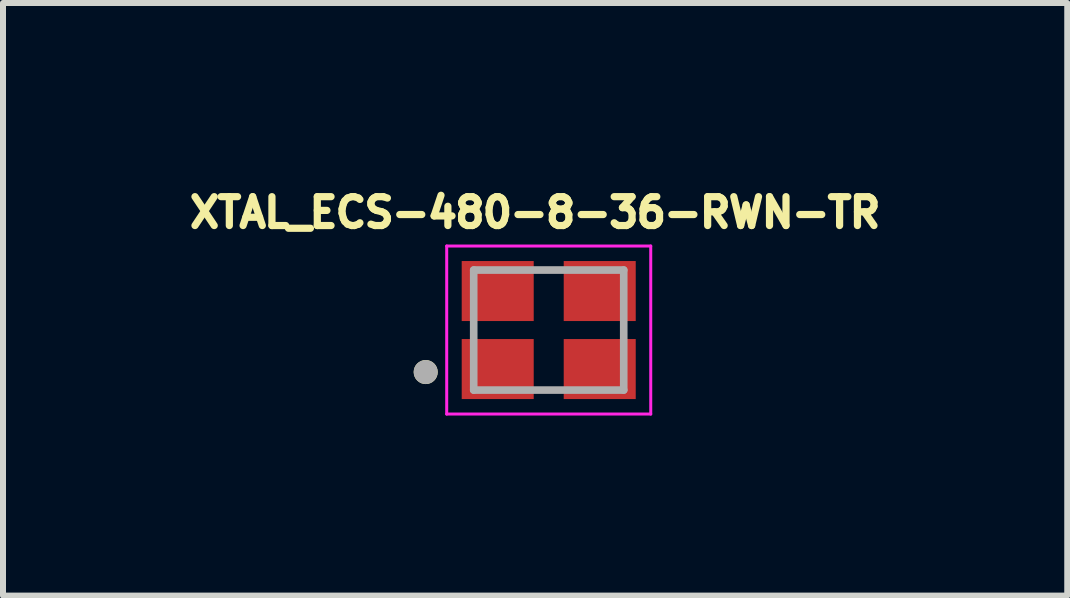
<source format=kicad_pcb>
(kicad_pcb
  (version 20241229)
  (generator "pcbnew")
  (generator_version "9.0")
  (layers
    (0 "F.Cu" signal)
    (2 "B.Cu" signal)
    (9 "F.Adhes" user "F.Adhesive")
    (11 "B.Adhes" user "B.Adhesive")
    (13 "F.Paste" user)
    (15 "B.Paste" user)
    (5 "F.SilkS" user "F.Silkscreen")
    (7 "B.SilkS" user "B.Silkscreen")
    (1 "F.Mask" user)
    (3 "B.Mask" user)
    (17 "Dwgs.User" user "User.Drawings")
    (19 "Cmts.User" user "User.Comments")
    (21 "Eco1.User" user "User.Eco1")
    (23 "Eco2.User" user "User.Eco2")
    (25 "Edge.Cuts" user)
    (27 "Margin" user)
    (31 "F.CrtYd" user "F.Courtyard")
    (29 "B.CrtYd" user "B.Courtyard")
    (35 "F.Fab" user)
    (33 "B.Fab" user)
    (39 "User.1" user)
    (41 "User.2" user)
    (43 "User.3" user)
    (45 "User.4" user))
  (footprint "XTAL_ECS-480-8-36-RWN-TR"
    (layer "F.Cu")
    (at 6.094 2.45)
    (property "Reference" "XTAL_ECS-480-8-36-RWN-TR" (at -0.226 -1.958 0) (layer "F.SilkS") (effects (font (size 0.481 0.481) (thickness 0.15))))
    (attr through_hole)
    (fp_circle (center -2.05 0.7) (end -1.95 0.7) (stroke (width 0.2) (type solid)) (fill no) (layer "F.SilkS"))
    (fp_line (start -1.7 -1.4) (end -1.7 1.4) (stroke (width 0.05) (type solid)) (layer "F.CrtYd"))
    (fp_line (start -1.7 1.4) (end 1.7 1.4) (stroke (width 0.05) (type solid)) (layer "F.CrtYd"))
    (fp_line (start 1.7 -1.4) (end -1.7 -1.4) (stroke (width 0.05) (type solid)) (layer "F.CrtYd"))
    (fp_line (start 1.7 1.4) (end 1.7 -1.4) (stroke (width 0.05) (type solid)) (layer "F.CrtYd"))
    (fp_line (start -1.25 -1) (end -1.25 1) (stroke (width 0.127) (type solid)) (layer "F.Fab"))
    (fp_line (start -1.25 1) (end 1.25 1) (stroke (width 0.127) (type solid)) (layer "F.Fab"))
    (fp_line (start 1.25 -1) (end -1.25 -1) (stroke (width 0.127) (type solid)) (layer "F.Fab"))
    (fp_line (start 1.25 1) (end 1.25 -1) (stroke (width 0.127) (type solid)) (layer "F.Fab"))
    (fp_circle (center -2.05 0.7) (end -1.95 0.7) (stroke (width 0.2) (type solid)) (fill no) (layer "F.Fab"))
    (pad "1" smd rect (at -0.85 0.65 90) (size 1 1.2) (layers "F.Cu" "F.Mask" "F.Paste"))
    (pad "2" smd rect (at 0.85 0.65 90) (size 1 1.2) (layers "F.Cu" "F.Mask" "F.Paste"))
    (pad "3" smd rect (at 0.85 -0.65 90) (size 1 1.2) (layers "F.Cu" "F.Mask" "F.Paste"))
    (pad "4" smd rect (at -0.85 -0.65 90) (size 1 1.2) (layers "F.Cu" "F.Mask" "F.Paste")))
  (gr_rect
    (start -3 -3)
    (end 14.735 6.875)
    (stroke (width 0.1) (type default))
    (fill no)
    (layer "Edge.Cuts")))
</source>
